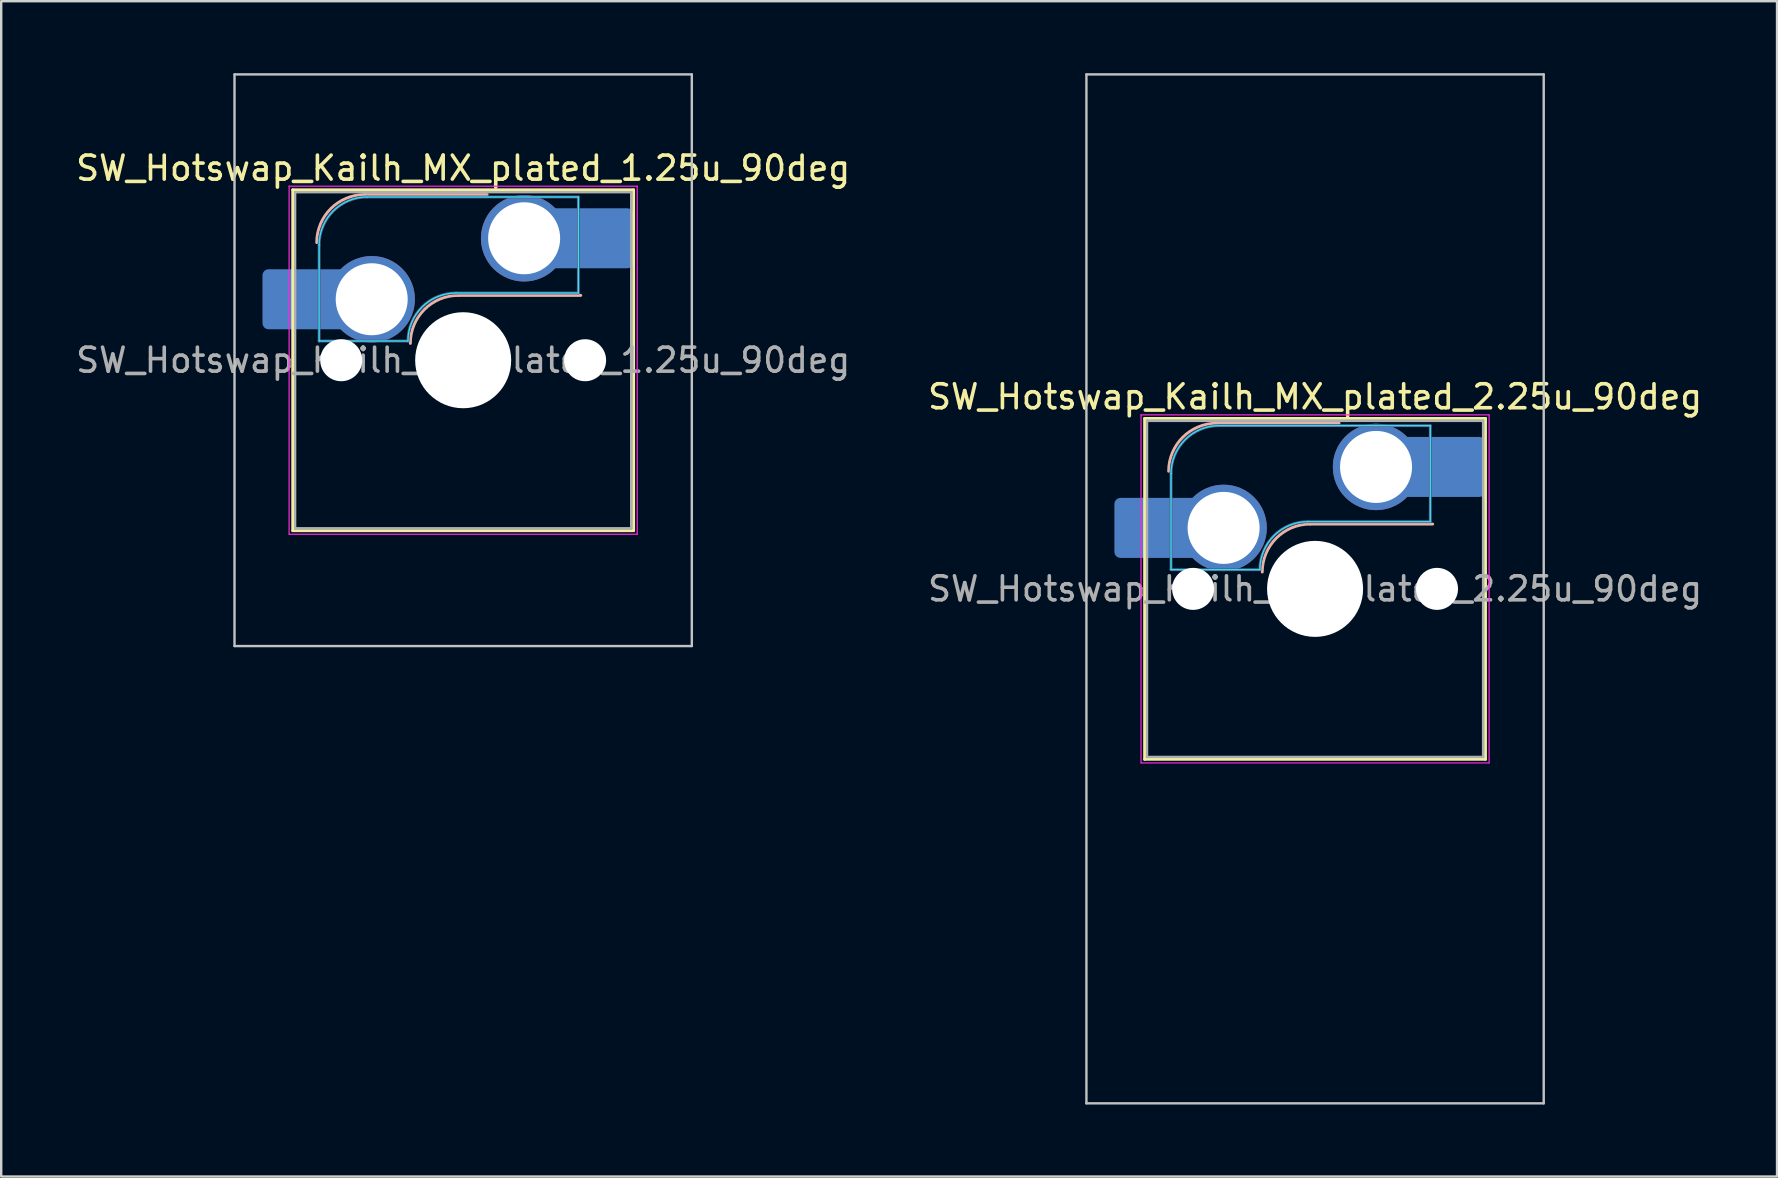
<source format=kicad_pcb>
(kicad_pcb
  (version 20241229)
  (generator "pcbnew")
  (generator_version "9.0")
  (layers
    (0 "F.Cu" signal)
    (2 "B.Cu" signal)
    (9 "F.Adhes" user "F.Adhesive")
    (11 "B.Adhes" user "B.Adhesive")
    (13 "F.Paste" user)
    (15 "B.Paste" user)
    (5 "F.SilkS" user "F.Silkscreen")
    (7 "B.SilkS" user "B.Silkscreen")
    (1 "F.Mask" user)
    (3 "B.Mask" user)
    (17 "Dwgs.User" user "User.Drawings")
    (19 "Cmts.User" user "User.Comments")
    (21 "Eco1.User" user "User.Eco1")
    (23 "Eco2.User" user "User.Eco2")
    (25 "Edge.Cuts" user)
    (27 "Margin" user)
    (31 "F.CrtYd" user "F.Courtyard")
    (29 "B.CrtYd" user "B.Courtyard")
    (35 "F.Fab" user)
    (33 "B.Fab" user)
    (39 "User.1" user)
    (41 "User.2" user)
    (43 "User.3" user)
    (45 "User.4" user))
  (footprint "SW_Hotswap_Kailh_MX_plated_1.25u_90deg"
    (layer "F.Cu")
    (at 16.244 11.956)
    (property "Reference" "SW_Hotswap_Kailh_MX_plated_1.25u_90deg" (at 0 -8 0) (layer "F.SilkS") (effects (font (size 1 1) (thickness 0.15))))
    (attr smd)
    (fp_line (start -7.1 -7.1) (end -7.1 7.1) (stroke (width 0.12) (type solid)) (layer "F.SilkS"))
    (fp_line (start -7.1 7.1) (end 7.1 7.1) (stroke (width 0.12) (type solid)) (layer "F.SilkS"))
    (fp_line (start 7.1 -7.1) (end -7.1 -7.1) (stroke (width 0.12) (type solid)) (layer "F.SilkS"))
    (fp_line (start 7.1 7.1) (end 7.1 -7.1) (stroke (width 0.12) (type solid)) (layer "F.SilkS"))
    (fp_line (start -4.1 -6.9) (end 1 -6.9) (stroke (width 0.12) (type solid)) (layer "B.SilkS"))
    (fp_line (start -0.2 -2.7) (end 4.9 -2.7) (stroke (width 0.12) (type solid)) (layer "B.SilkS"))
    (fp_arc (start -6.1 -4.9) (mid -5.514214 -6.314214) (end -4.1 -6.9) (stroke (width 0.12) (type solid)) (layer "B.SilkS"))
    (fp_arc (start -2.2 -0.7) (mid -1.614214 -2.114214) (end -0.2 -2.7) (stroke (width 0.12) (type solid)) (layer "B.SilkS"))
    (fp_line (start -9.525 -11.906) (end 9.525 -11.906) (stroke (width 0.1) (type solid)) (layer "Dwgs.User"))
    (fp_line (start -9.525 11.906) (end -9.525 -11.906) (stroke (width 0.1) (type solid)) (layer "Dwgs.User"))
    (fp_line (start 9.525 -11.906) (end 9.525 11.906) (stroke (width 0.1) (type solid)) (layer "Dwgs.User"))
    (fp_line (start 9.525 11.906) (end -9.525 11.906) (stroke (width 0.1) (type solid)) (layer "Dwgs.User"))
    (fp_line (start -7.8 -6) (end -7 -6) (stroke (width 0.1) (type solid)) (layer "Eco1.User"))
    (fp_line (start -7.8 -2.9) (end -7.8 -6) (stroke (width 0.1) (type solid)) (layer "Eco1.User"))
    (fp_line (start -7.8 2.9) (end -7 2.9) (stroke (width 0.1) (type solid)) (layer "Eco1.User"))
    (fp_line (start -7.8 6) (end -7.8 2.9) (stroke (width 0.1) (type solid)) (layer "Eco1.User"))
    (fp_line (start -7 -7) (end 7 -7) (stroke (width 0.1) (type solid)) (layer "Eco1.User"))
    (fp_line (start -7 -6) (end -7 -7) (stroke (width 0.1) (type solid)) (layer "Eco1.User"))
    (fp_line (start -7 -2.9) (end -7.8 -2.9) (stroke (width 0.1) (type solid)) (layer "Eco1.User"))
    (fp_line (start -7 2.9) (end -7 -2.9) (stroke (width 0.1) (type solid)) (layer "Eco1.User"))
    (fp_line (start -7 6) (end -7.8 6) (stroke (width 0.1) (type solid)) (layer "Eco1.User"))
    (fp_line (start -7 7) (end -7 6) (stroke (width 0.1) (type solid)) (layer "Eco1.User"))
    (fp_line (start 7 -7) (end 7 -6) (stroke (width 0.1) (type solid)) (layer "Eco1.User"))
    (fp_line (start 7 -6) (end 7.8 -6) (stroke (width 0.1) (type solid)) (layer "Eco1.User"))
    (fp_line (start 7 -2.9) (end 7 2.9) (stroke (width 0.1) (type solid)) (layer "Eco1.User"))
    (fp_line (start 7 2.9) (end 7.8 2.9) (stroke (width 0.1) (type solid)) (layer "Eco1.User"))
    (fp_line (start 7 6) (end 7 7) (stroke (width 0.1) (type solid)) (layer "Eco1.User"))
    (fp_line (start 7 7) (end -7 7) (stroke (width 0.1) (type solid)) (layer "Eco1.User"))
    (fp_line (start 7.8 -6) (end 7.8 -2.9) (stroke (width 0.1) (type solid)) (layer "Eco1.User"))
    (fp_line (start 7.8 -2.9) (end 7 -2.9) (stroke (width 0.1) (type solid)) (layer "Eco1.User"))
    (fp_line (start 7.8 2.9) (end 7.8 6) (stroke (width 0.1) (type solid)) (layer "Eco1.User"))
    (fp_line (start 7.8 6) (end 7 6) (stroke (width 0.1) (type solid)) (layer "Eco1.User"))
    (fp_line (start -6 -0.8) (end -6 -4.8) (stroke (width 0.05) (type solid)) (layer "B.CrtYd"))
    (fp_line (start -6 -0.8) (end -2.3 -0.8) (stroke (width 0.05) (type solid)) (layer "B.CrtYd"))
    (fp_line (start -4 -6.8) (end 4.8 -6.8) (stroke (width 0.05) (type solid)) (layer "B.CrtYd"))
    (fp_line (start -0.3 -2.8) (end 4.8 -2.8) (stroke (width 0.05) (type solid)) (layer "B.CrtYd"))
    (fp_line (start 4.8 -6.8) (end 4.8 -2.8) (stroke (width 0.05) (type solid)) (layer "B.CrtYd"))
    (fp_arc (start -6 -4.8) (mid -5.414214 -6.214214) (end -4 -6.8) (stroke (width 0.05) (type solid)) (layer "B.CrtYd"))
    (fp_arc (start -2.3 -0.8) (mid -1.714214 -2.214214) (end -0.3 -2.8) (stroke (width 0.05) (type solid)) (layer "B.CrtYd"))
    (fp_line (start -7.25 -7.25) (end -7.25 7.25) (stroke (width 0.05) (type solid)) (layer "F.CrtYd"))
    (fp_line (start -7.25 7.25) (end 7.25 7.25) (stroke (width 0.05) (type solid)) (layer "F.CrtYd"))
    (fp_line (start 7.25 -7.25) (end -7.25 -7.25) (stroke (width 0.05) (type solid)) (layer "F.CrtYd"))
    (fp_line (start 7.25 7.25) (end 7.25 -7.25) (stroke (width 0.05) (type solid)) (layer "F.CrtYd"))
    (fp_line (start -6 -0.8) (end -6 -4.8) (stroke (width 0.12) (type solid)) (layer "B.Fab"))
    (fp_line (start -6 -0.8) (end -2.3 -0.8) (stroke (width 0.12) (type solid)) (layer "B.Fab"))
    (fp_line (start -4 -6.8) (end 4.8 -6.8) (stroke (width 0.12) (type solid)) (layer "B.Fab"))
    (fp_line (start -0.3 -2.8) (end 4.8 -2.8) (stroke (width 0.12) (type solid)) (layer "B.Fab"))
    (fp_line (start 4.8 -6.8) (end 4.8 -2.8) (stroke (width 0.12) (type solid)) (layer "B.Fab"))
    (fp_arc (start -6 -4.8) (mid -5.414214 -6.214214) (end -4 -6.8) (stroke (width 0.12) (type solid)) (layer "B.Fab"))
    (fp_arc (start -2.3 -0.8) (mid -1.714214 -2.214214) (end -0.3 -2.8) (stroke (width 0.12) (type solid)) (layer "B.Fab"))
    (fp_line (start -7 -7) (end -7 7) (stroke (width 0.1) (type solid)) (layer "F.Fab"))
    (fp_line (start -7 7) (end 7 7) (stroke (width 0.1) (type solid)) (layer "F.Fab"))
    (fp_line (start 7 -7) (end -7 -7) (stroke (width 0.1) (type solid)) (layer "F.Fab"))
    (fp_line (start 7 7) (end 7 -7) (stroke (width 0.1) (type solid)) (layer "F.Fab"))
    (fp_text user "${REFERENCE}" (at 0 0 0) (layer "F.Fab") (effects (font (size 1 1) (thickness 0.15))))
    (pad "" smd roundrect (at -7.085 -2.54) (size 2.55 2.5) (layers "B.Mask" "B.Paste") (roundrect_rratio 0.1))
    (pad "" np_thru_hole circle (at -5.08 0) (size 1.75 1.75) (drill 1.75) (layers "*.Cu" "*.Mask"))
    (pad "" np_thru_hole circle (at 0 0) (size 4 4) (drill 4) (layers "*.Cu" "*.Mask"))
    (pad "" np_thru_hole circle (at 5.08 0) (size 1.75 1.75) (drill 1.75) (layers "*.Cu" "*.Mask"))
    (pad "" smd roundrect (at 5.842 -5.08) (size 2.55 2.5) (layers "B.Mask" "B.Paste") (roundrect_rratio 0.1))
    (pad "1" smd roundrect (at -6.585 -2.54) (size 3.55 2.5) (layers "B.Cu") (roundrect_rratio 0.1))
    (pad "1" thru_hole circle (at -3.81 -2.54) (size 3.6 3.6) (drill 3) (layers "*.Cu" "B.Mask"))
    (pad "2" thru_hole circle (at 2.54 -5.08) (size 3.6 3.6) (drill 3) (layers "*.Cu" "B.Mask"))
    (pad "2" smd roundrect (at 5.32 -5.08) (size 3.55 2.5) (layers "B.Cu") (roundrect_rratio 0.1)))
  (footprint "SW_Hotswap_Kailh_MX_plated_2.25u_90deg"
    (layer "F.Cu")
    (at 51.732 21.481)
    (property "Reference" "SW_Hotswap_Kailh_MX_plated_2.25u_90deg" (at 0 -8 0) (layer "F.SilkS") (effects (font (size 1 1) (thickness 0.15))))
    (attr smd)
    (fp_line (start -7.1 -7.1) (end -7.1 7.1) (stroke (width 0.12) (type solid)) (layer "F.SilkS"))
    (fp_line (start -7.1 7.1) (end 7.1 7.1) (stroke (width 0.12) (type solid)) (layer "F.SilkS"))
    (fp_line (start 7.1 -7.1) (end -7.1 -7.1) (stroke (width 0.12) (type solid)) (layer "F.SilkS"))
    (fp_line (start 7.1 7.1) (end 7.1 -7.1) (stroke (width 0.12) (type solid)) (layer "F.SilkS"))
    (fp_line (start -4.1 -6.9) (end 1 -6.9) (stroke (width 0.12) (type solid)) (layer "B.SilkS"))
    (fp_line (start -0.2 -2.7) (end 4.9 -2.7) (stroke (width 0.12) (type solid)) (layer "B.SilkS"))
    (fp_arc (start -6.1 -4.9) (mid -5.514214 -6.314214) (end -4.1 -6.9) (stroke (width 0.12) (type solid)) (layer "B.SilkS"))
    (fp_arc (start -2.2 -0.7) (mid -1.614214 -2.114214) (end -0.2 -2.7) (stroke (width 0.12) (type solid)) (layer "B.SilkS"))
    (fp_line (start -9.525 -21.431) (end 9.525 -21.431) (stroke (width 0.1) (type solid)) (layer "Dwgs.User"))
    (fp_line (start -9.525 21.431) (end -9.525 -21.431) (stroke (width 0.1) (type solid)) (layer "Dwgs.User"))
    (fp_line (start 9.525 -21.431) (end 9.525 21.431) (stroke (width 0.1) (type solid)) (layer "Dwgs.User"))
    (fp_line (start 9.525 21.431) (end -9.525 21.431) (stroke (width 0.1) (type solid)) (layer "Dwgs.User"))
    (fp_line (start -7.8 -6) (end -7 -6) (stroke (width 0.1) (type solid)) (layer "Eco1.User"))
    (fp_line (start -7.8 -2.9) (end -7.8 -6) (stroke (width 0.1) (type solid)) (layer "Eco1.User"))
    (fp_line (start -7.8 2.9) (end -7 2.9) (stroke (width 0.1) (type solid)) (layer "Eco1.User"))
    (fp_line (start -7.8 6) (end -7.8 2.9) (stroke (width 0.1) (type solid)) (layer "Eco1.User"))
    (fp_line (start -7 -7) (end 7 -7) (stroke (width 0.1) (type solid)) (layer "Eco1.User"))
    (fp_line (start -7 -6) (end -7 -7) (stroke (width 0.1) (type solid)) (layer "Eco1.User"))
    (fp_line (start -7 -2.9) (end -7.8 -2.9) (stroke (width 0.1) (type solid)) (layer "Eco1.User"))
    (fp_line (start -7 2.9) (end -7 -2.9) (stroke (width 0.1) (type solid)) (layer "Eco1.User"))
    (fp_line (start -7 6) (end -7.8 6) (stroke (width 0.1) (type solid)) (layer "Eco1.User"))
    (fp_line (start -7 7) (end -7 6) (stroke (width 0.1) (type solid)) (layer "Eco1.User"))
    (fp_line (start 7 -7) (end 7 -6) (stroke (width 0.1) (type solid)) (layer "Eco1.User"))
    (fp_line (start 7 -6) (end 7.8 -6) (stroke (width 0.1) (type solid)) (layer "Eco1.User"))
    (fp_line (start 7 -2.9) (end 7 2.9) (stroke (width 0.1) (type solid)) (layer "Eco1.User"))
    (fp_line (start 7 2.9) (end 7.8 2.9) (stroke (width 0.1) (type solid)) (layer "Eco1.User"))
    (fp_line (start 7 6) (end 7 7) (stroke (width 0.1) (type solid)) (layer "Eco1.User"))
    (fp_line (start 7 7) (end -7 7) (stroke (width 0.1) (type solid)) (layer "Eco1.User"))
    (fp_line (start 7.8 -6) (end 7.8 -2.9) (stroke (width 0.1) (type solid)) (layer "Eco1.User"))
    (fp_line (start 7.8 -2.9) (end 7 -2.9) (stroke (width 0.1) (type solid)) (layer "Eco1.User"))
    (fp_line (start 7.8 2.9) (end 7.8 6) (stroke (width 0.1) (type solid)) (layer "Eco1.User"))
    (fp_line (start 7.8 6) (end 7 6) (stroke (width 0.1) (type solid)) (layer "Eco1.User"))
    (fp_line (start -6 -0.8) (end -6 -4.8) (stroke (width 0.05) (type solid)) (layer "B.CrtYd"))
    (fp_line (start -6 -0.8) (end -2.3 -0.8) (stroke (width 0.05) (type solid)) (layer "B.CrtYd"))
    (fp_line (start -4 -6.8) (end 4.8 -6.8) (stroke (width 0.05) (type solid)) (layer "B.CrtYd"))
    (fp_line (start -0.3 -2.8) (end 4.8 -2.8) (stroke (width 0.05) (type solid)) (layer "B.CrtYd"))
    (fp_line (start 4.8 -6.8) (end 4.8 -2.8) (stroke (width 0.05) (type solid)) (layer "B.CrtYd"))
    (fp_arc (start -6 -4.8) (mid -5.414214 -6.214214) (end -4 -6.8) (stroke (width 0.05) (type solid)) (layer "B.CrtYd"))
    (fp_arc (start -2.3 -0.8) (mid -1.714214 -2.214214) (end -0.3 -2.8) (stroke (width 0.05) (type solid)) (layer "B.CrtYd"))
    (fp_line (start -7.25 -7.25) (end -7.25 7.25) (stroke (width 0.05) (type solid)) (layer "F.CrtYd"))
    (fp_line (start -7.25 7.25) (end 7.25 7.25) (stroke (width 0.05) (type solid)) (layer "F.CrtYd"))
    (fp_line (start 7.25 -7.25) (end -7.25 -7.25) (stroke (width 0.05) (type solid)) (layer "F.CrtYd"))
    (fp_line (start 7.25 7.25) (end 7.25 -7.25) (stroke (width 0.05) (type solid)) (layer "F.CrtYd"))
    (fp_line (start -6 -0.8) (end -6 -4.8) (stroke (width 0.12) (type solid)) (layer "B.Fab"))
    (fp_line (start -6 -0.8) (end -2.3 -0.8) (stroke (width 0.12) (type solid)) (layer "B.Fab"))
    (fp_line (start -4 -6.8) (end 4.8 -6.8) (stroke (width 0.12) (type solid)) (layer "B.Fab"))
    (fp_line (start -0.3 -2.8) (end 4.8 -2.8) (stroke (width 0.12) (type solid)) (layer "B.Fab"))
    (fp_line (start 4.8 -6.8) (end 4.8 -2.8) (stroke (width 0.12) (type solid)) (layer "B.Fab"))
    (fp_arc (start -6 -4.8) (mid -5.414214 -6.214214) (end -4 -6.8) (stroke (width 0.12) (type solid)) (layer "B.Fab"))
    (fp_arc (start -2.3 -0.8) (mid -1.714214 -2.214214) (end -0.3 -2.8) (stroke (width 0.12) (type solid)) (layer "B.Fab"))
    (fp_line (start -7 -7) (end -7 7) (stroke (width 0.1) (type solid)) (layer "F.Fab"))
    (fp_line (start -7 7) (end 7 7) (stroke (width 0.1) (type solid)) (layer "F.Fab"))
    (fp_line (start 7 -7) (end -7 -7) (stroke (width 0.1) (type solid)) (layer "F.Fab"))
    (fp_line (start 7 7) (end 7 -7) (stroke (width 0.1) (type solid)) (layer "F.Fab"))
    (fp_text user "${REFERENCE}" (at 0 0 0) (layer "F.Fab") (effects (font (size 1 1) (thickness 0.15))))
    (pad "" smd roundrect (at -7.085 -2.54) (size 2.55 2.5) (layers "B.Mask" "B.Paste") (roundrect_rratio 0.1))
    (pad "" np_thru_hole circle (at -5.08 0) (size 1.75 1.75) (drill 1.75) (layers "*.Cu" "*.Mask"))
    (pad "" np_thru_hole circle (at 0 0) (size 4 4) (drill 4) (layers "*.Cu" "*.Mask"))
    (pad "" np_thru_hole circle (at 5.08 0) (size 1.75 1.75) (drill 1.75) (layers "*.Cu" "*.Mask"))
    (pad "" smd roundrect (at 5.842 -5.08) (size 2.55 2.5) (layers "B.Mask" "B.Paste") (roundrect_rratio 0.1))
    (pad "1" smd roundrect (at -6.585 -2.54) (size 3.55 2.5) (layers "B.Cu") (roundrect_rratio 0.1))
    (pad "1" thru_hole circle (at -3.81 -2.54) (size 3.6 3.6) (drill 3) (layers "*.Cu" "B.Mask"))
    (pad "2" thru_hole circle (at 2.54 -5.08) (size 3.6 3.6) (drill 3) (layers "*.Cu" "B.Mask"))
    (pad "2" smd roundrect (at 5.32 -5.08) (size 3.55 2.5) (layers "B.Cu") (roundrect_rratio 0.1)))
  (gr_rect
    (start -3 -3)
    (end 70.976 45.962)
    (stroke (width 0.1) (type default))
    (fill no)
    (layer "Edge.Cuts")))
</source>
